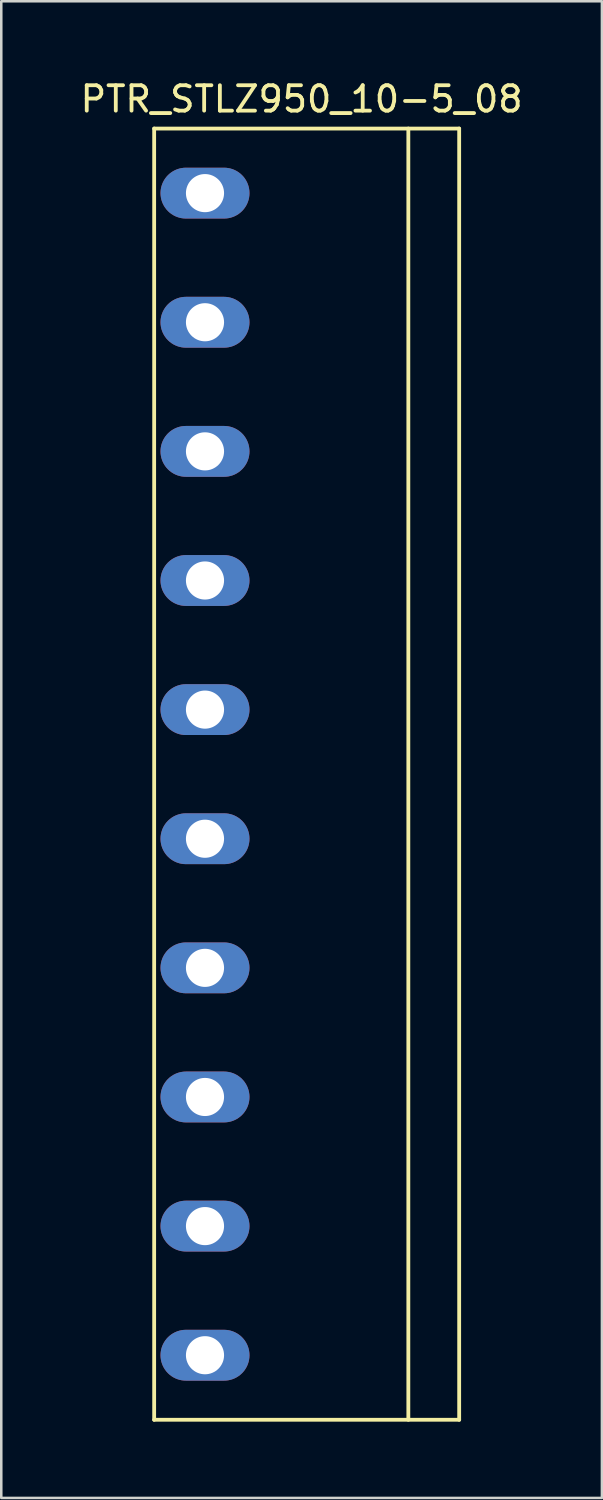
<source format=kicad_pcb>
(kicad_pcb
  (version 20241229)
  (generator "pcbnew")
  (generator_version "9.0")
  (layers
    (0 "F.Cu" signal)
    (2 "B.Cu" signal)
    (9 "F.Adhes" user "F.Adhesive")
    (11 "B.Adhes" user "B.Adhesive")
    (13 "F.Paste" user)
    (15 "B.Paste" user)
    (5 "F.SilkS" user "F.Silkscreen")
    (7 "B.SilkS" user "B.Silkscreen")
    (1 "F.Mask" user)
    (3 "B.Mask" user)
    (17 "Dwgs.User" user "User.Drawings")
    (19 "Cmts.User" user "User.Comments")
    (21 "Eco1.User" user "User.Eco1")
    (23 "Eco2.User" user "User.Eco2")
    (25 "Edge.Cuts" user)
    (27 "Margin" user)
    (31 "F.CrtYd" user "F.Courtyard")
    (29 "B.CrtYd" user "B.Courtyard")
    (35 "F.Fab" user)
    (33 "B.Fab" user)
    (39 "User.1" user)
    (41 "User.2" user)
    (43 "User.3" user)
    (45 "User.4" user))
  (footprint "PTR_STLZ950_10-5_08"
    (layer "F.Cu")
    (at 5.015 4.548)
    (property "Reference" "PTR_STLZ950_10-5_08" (at 3.8 -3.7 0) (layer "F.SilkS") (effects (font (size 1 1) (thickness 0.15))))
    (attr through_hole)
    (fp_line (start -2 -2.54) (end -2 48.26) (stroke (width 0.15) (type solid)) (layer "F.SilkS"))
    (fp_line (start -2 48.26) (end 10 48.26) (stroke (width 0.15) (type solid)) (layer "F.SilkS"))
    (fp_line (start 8 48.26) (end 8 -2.54) (stroke (width 0.15) (type solid)) (layer "F.SilkS"))
    (fp_line (start 10 -2.54) (end -2 -2.54) (stroke (width 0.15) (type solid)) (layer "F.SilkS"))
    (fp_line (start 10 48.26) (end 10 -2.54) (stroke (width 0.15) (type solid)) (layer "F.SilkS"))
    (pad "1" thru_hole oval (at 0 45.72) (size 3.5 2) (drill 1.5) (layers "*.Cu" "*.Mask"))
    (pad "2" thru_hole oval (at 0 40.64) (size 3.5 2) (drill 1.5) (layers "*.Cu" "*.Mask"))
    (pad "3" thru_hole oval (at 0 35.56) (size 3.5 2) (drill 1.5) (layers "*.Cu" "*.Mask"))
    (pad "4" thru_hole oval (at 0 30.48) (size 3.5 2) (drill 1.5) (layers "*.Cu" "*.Mask"))
    (pad "5" thru_hole oval (at 0 25.4) (size 3.5 2) (drill 1.5) (layers "*.Cu" "*.Mask"))
    (pad "6" thru_hole oval (at 0 20.32) (size 3.5 2) (drill 1.5) (layers "*.Cu" "*.Mask"))
    (pad "7" thru_hole oval (at 0 15.24) (size 3.5 2) (drill 1.5) (layers "*.Cu" "*.Mask"))
    (pad "8" thru_hole oval (at 0 10.16) (size 3.5 2) (drill 1.5) (layers "*.Cu" "*.Mask"))
    (pad "9" thru_hole oval (at 0 5.08) (size 3.5 2) (drill 1.5) (layers "*.Cu" "*.Mask"))
    (pad "10" thru_hole oval (at 0 0) (size 3.5 2) (drill 1.5) (layers "*.Cu" "*.Mask")))
  (gr_rect
    (start -3 -3)
    (end 20.631 55.883)
    (stroke (width 0.1) (type default))
    (fill no)
    (layer "Edge.Cuts")))
</source>
